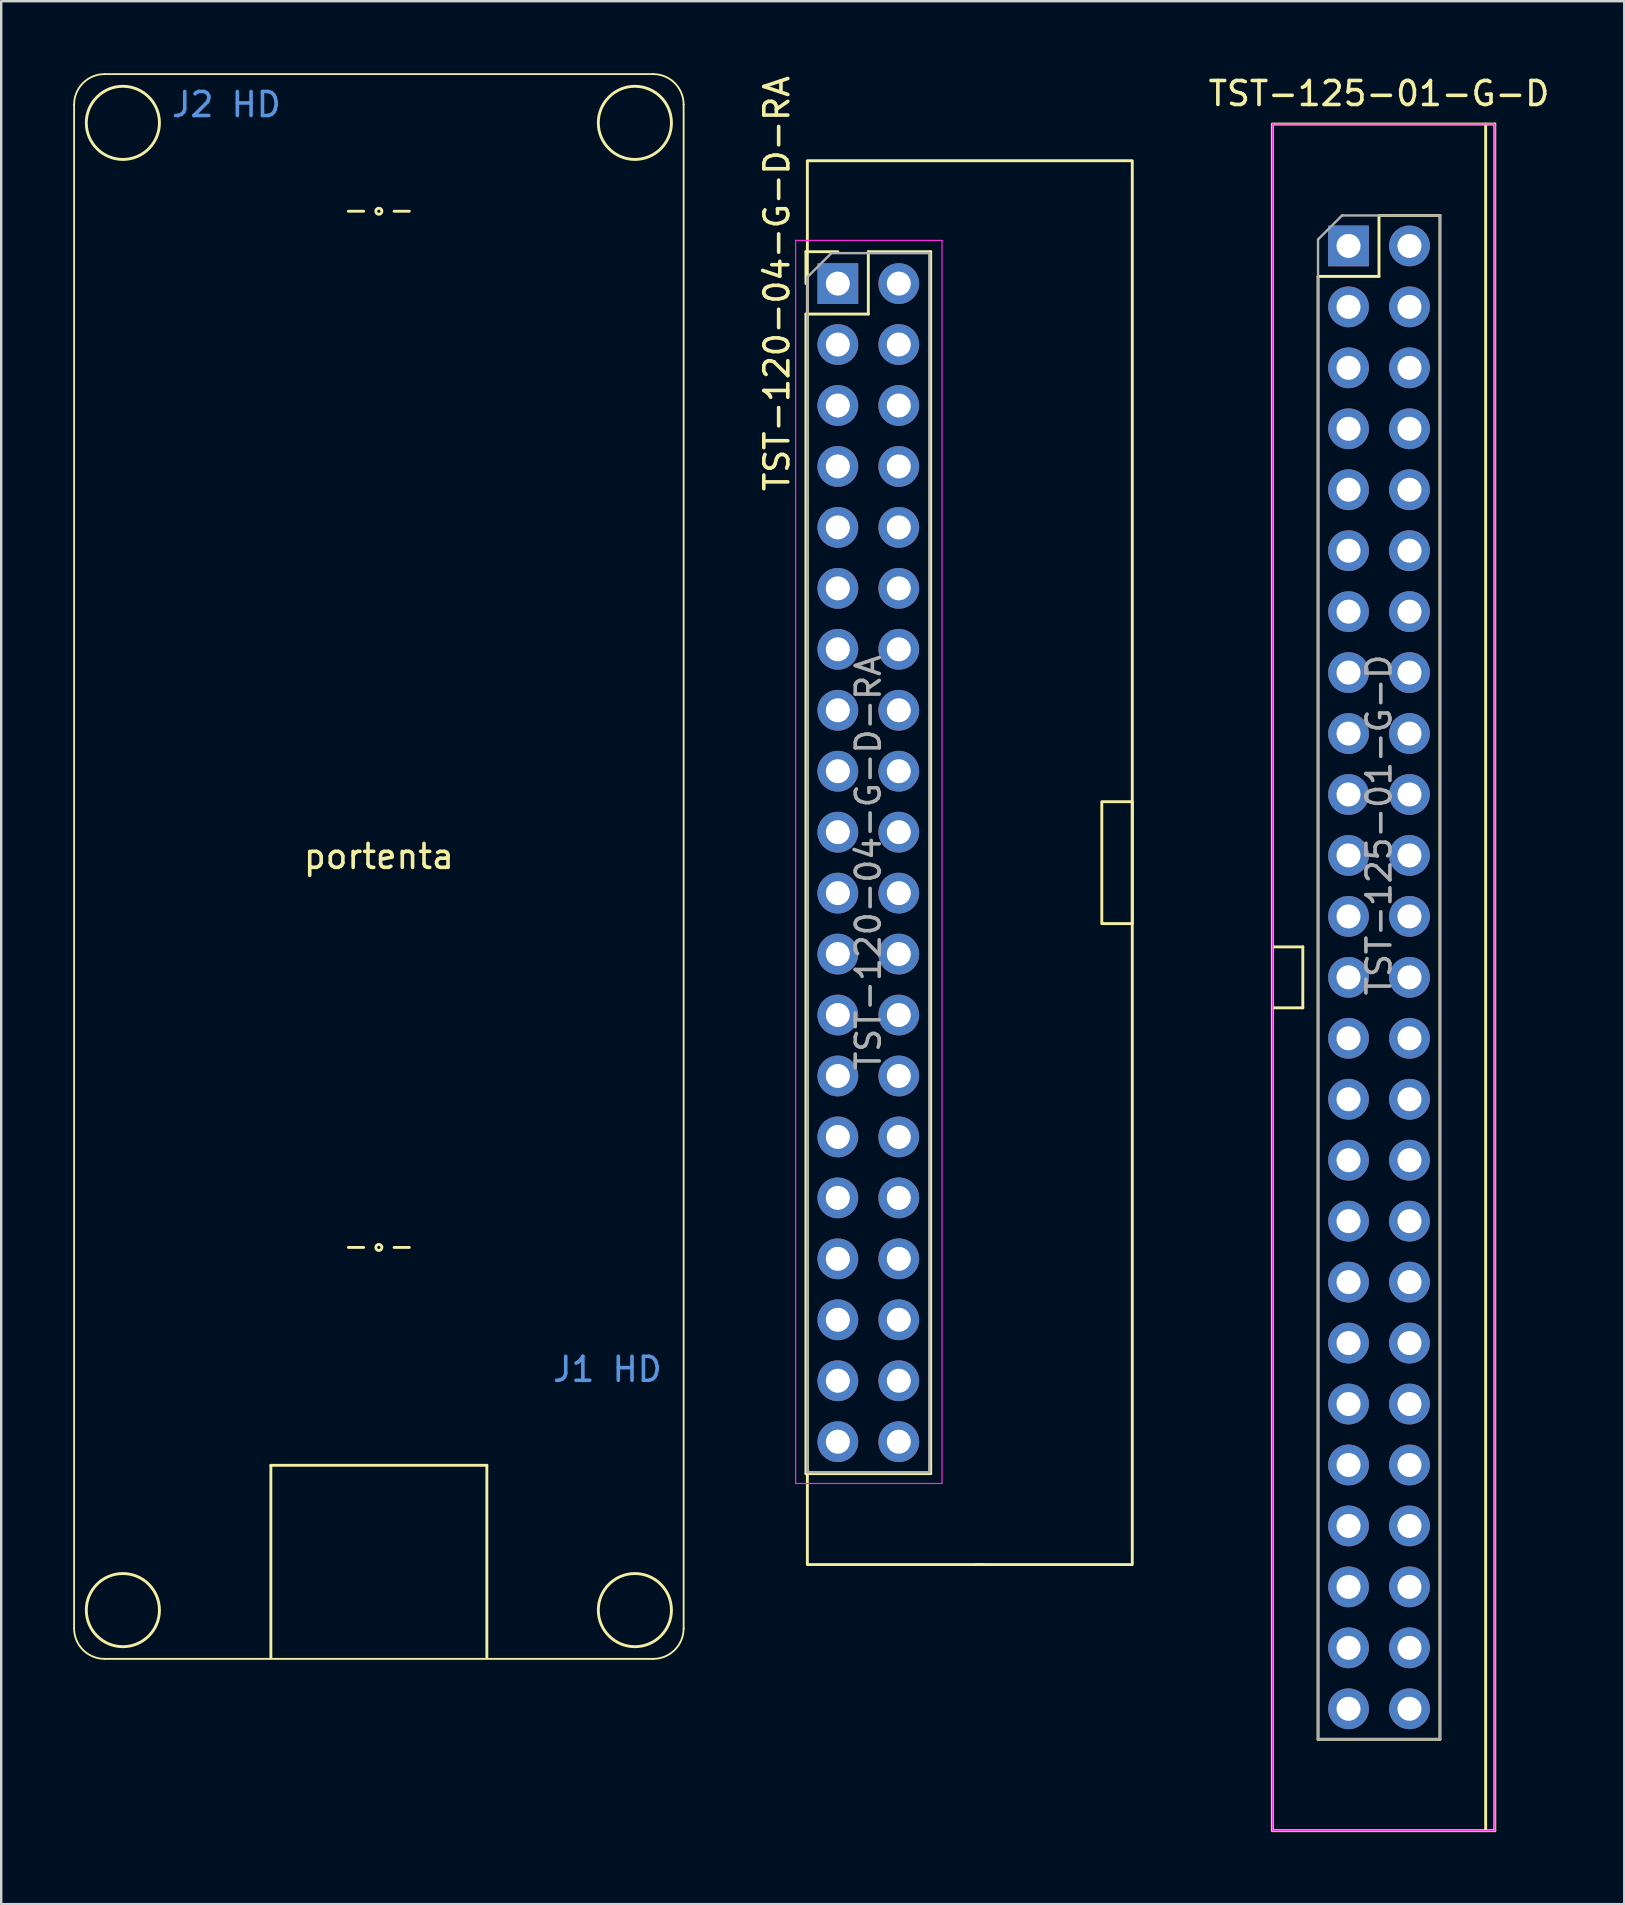
<source format=kicad_pcb>
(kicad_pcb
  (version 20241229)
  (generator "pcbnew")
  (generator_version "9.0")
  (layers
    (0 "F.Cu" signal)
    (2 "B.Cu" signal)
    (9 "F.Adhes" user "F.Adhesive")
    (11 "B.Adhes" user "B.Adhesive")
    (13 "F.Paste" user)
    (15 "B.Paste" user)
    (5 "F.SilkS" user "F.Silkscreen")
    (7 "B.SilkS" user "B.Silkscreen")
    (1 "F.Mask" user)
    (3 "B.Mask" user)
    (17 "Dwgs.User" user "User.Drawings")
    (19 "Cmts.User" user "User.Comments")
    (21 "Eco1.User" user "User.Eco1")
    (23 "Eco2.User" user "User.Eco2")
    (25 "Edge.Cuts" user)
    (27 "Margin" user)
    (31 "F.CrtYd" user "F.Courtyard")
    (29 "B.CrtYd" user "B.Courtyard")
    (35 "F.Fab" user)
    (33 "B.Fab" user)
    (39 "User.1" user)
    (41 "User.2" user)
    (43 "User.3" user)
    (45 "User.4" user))
  (footprint "TST-120-04-G-D-RA"
    (layer "F.Cu")
    (at 31.864 8.768)
    (property "Reference" "TST-120-04-G-D-RA" (at -2.54 0 90) (layer "F.SilkS") (effects (font (size 1 1) (thickness 0.15))))
    (attr through_hole)
    (fp_line (start -1.33 -1.33) (end -1.33 0) (stroke (width 0.12) (type solid)) (layer "F.SilkS"))
    (fp_line (start -1.33 1.27) (end -1.33 49.59) (stroke (width 0.12) (type solid)) (layer "F.SilkS"))
    (fp_line (start 0 -1.33) (end -1.33 -1.33) (stroke (width 0.12) (type solid)) (layer "F.SilkS"))
    (fp_line (start 1.27 -1.33) (end 1.27 1.27) (stroke (width 0.12) (type solid)) (layer "F.SilkS"))
    (fp_line (start 1.27 1.27) (end -1.33 1.27) (stroke (width 0.12) (type solid)) (layer "F.SilkS"))
    (fp_line (start 3.87 -1.33) (end 1.27 -1.33) (stroke (width 0.12) (type solid)) (layer "F.SilkS"))
    (fp_line (start 3.87 -1.33) (end 3.87 49.59) (stroke (width 0.12) (type solid)) (layer "F.SilkS"))
    (fp_line (start 3.87 49.59) (end -1.33 49.59) (stroke (width 0.12) (type solid)) (layer "F.SilkS"))
    (fp_line (start 6.07 53.38) (end 5.77 53.38) (stroke (width 0.12) (type solid)) (layer "F.SilkS"))
    (fp_rect (start 12.27 26.67) (end 11 21.59) (stroke (width 0.12) (type solid)) (fill no) (layer "F.SilkS"))
    (fp_rect (start 12.27 53.38) (end -1.27 -5.12) (stroke (width 0.12) (type solid)) (fill no) (layer "F.SilkS"))
    (fp_line (start -1.76 -1.8) (end -1.76 50) (stroke (width 0.05) (type solid)) (layer "F.CrtYd"))
    (fp_line (start -1.76 50) (end 4.34 50) (stroke (width 0.05) (type solid)) (layer "F.CrtYd"))
    (fp_line (start 4.34 -1.8) (end -1.76 -1.8) (stroke (width 0.05) (type solid)) (layer "F.CrtYd"))
    (fp_line (start 4.34 50) (end 4.34 -1.8) (stroke (width 0.05) (type solid)) (layer "F.CrtYd"))
    (fp_line (start -1.27 -0.27) (end -1.27 49.53) (stroke (width 0.1) (type solid)) (layer "F.Fab"))
    (fp_line (start -1.27 49.53) (end 3.81 49.53) (stroke (width 0.1) (type solid)) (layer "F.Fab"))
    (fp_line (start -0.27 -1.27) (end -1.27 -0.27) (stroke (width 0.1) (type solid)) (layer "F.Fab"))
    (fp_line (start 3.81 -1.27) (end -0.27 -1.27) (stroke (width 0.1) (type solid)) (layer "F.Fab"))
    (fp_line (start 3.81 49.53) (end 3.81 -1.27) (stroke (width 0.1) (type solid)) (layer "F.Fab"))
    (fp_text user "${REFERENCE}" (at 1.27 24.13 90) (layer "F.Fab") (effects (font (size 1 1) (thickness 0.15))))
    (pad "1" thru_hole rect (at 0 0) (size 1.7 1.7) (drill 1) (layers "*.Cu" "*.Mask"))
    (pad "2" thru_hole oval (at 2.54 0) (size 1.7 1.7) (drill 1) (layers "*.Cu" "*.Mask"))
    (pad "3" thru_hole oval (at 0 2.54) (size 1.7 1.7) (drill 1) (layers "*.Cu" "*.Mask"))
    (pad "4" thru_hole oval (at 2.54 2.54) (size 1.7 1.7) (drill 1) (layers "*.Cu" "*.Mask"))
    (pad "5" thru_hole oval (at 0 5.08) (size 1.7 1.7) (drill 1) (layers "*.Cu" "*.Mask"))
    (pad "6" thru_hole oval (at 2.54 5.08) (size 1.7 1.7) (drill 1) (layers "*.Cu" "*.Mask"))
    (pad "7" thru_hole oval (at 0 7.62) (size 1.7 1.7) (drill 1) (layers "*.Cu" "*.Mask"))
    (pad "8" thru_hole oval (at 2.54 7.62) (size 1.7 1.7) (drill 1) (layers "*.Cu" "*.Mask"))
    (pad "9" thru_hole oval (at 0 10.16) (size 1.7 1.7) (drill 1) (layers "*.Cu" "*.Mask"))
    (pad "10" thru_hole oval (at 2.54 10.16) (size 1.7 1.7) (drill 1) (layers "*.Cu" "*.Mask"))
    (pad "11" thru_hole oval (at 0 12.7) (size 1.7 1.7) (drill 1) (layers "*.Cu" "*.Mask"))
    (pad "12" thru_hole oval (at 2.54 12.7) (size 1.7 1.7) (drill 1) (layers "*.Cu" "*.Mask"))
    (pad "13" thru_hole oval (at 0 15.24) (size 1.7 1.7) (drill 1) (layers "*.Cu" "*.Mask"))
    (pad "14" thru_hole oval (at 2.54 15.24) (size 1.7 1.7) (drill 1) (layers "*.Cu" "*.Mask"))
    (pad "15" thru_hole oval (at 0 17.78) (size 1.7 1.7) (drill 1) (layers "*.Cu" "*.Mask"))
    (pad "16" thru_hole oval (at 2.54 17.78) (size 1.7 1.7) (drill 1) (layers "*.Cu" "*.Mask"))
    (pad "17" thru_hole oval (at 0 20.32) (size 1.7 1.7) (drill 1) (layers "*.Cu" "*.Mask"))
    (pad "18" thru_hole oval (at 2.54 20.32) (size 1.7 1.7) (drill 1) (layers "*.Cu" "*.Mask"))
    (pad "19" thru_hole oval (at 0 22.86) (size 1.7 1.7) (drill 1) (layers "*.Cu" "*.Mask"))
    (pad "20" thru_hole oval (at 2.54 22.86) (size 1.7 1.7) (drill 1) (layers "*.Cu" "*.Mask"))
    (pad "21" thru_hole oval (at 0 25.4) (size 1.7 1.7) (drill 1) (layers "*.Cu" "*.Mask"))
    (pad "22" thru_hole oval (at 2.54 25.4) (size 1.7 1.7) (drill 1) (layers "*.Cu" "*.Mask"))
    (pad "23" thru_hole oval (at 0 27.94) (size 1.7 1.7) (drill 1) (layers "*.Cu" "*.Mask"))
    (pad "24" thru_hole oval (at 2.54 27.94) (size 1.7 1.7) (drill 1) (layers "*.Cu" "*.Mask"))
    (pad "25" thru_hole oval (at 0 30.48) (size 1.7 1.7) (drill 1) (layers "*.Cu" "*.Mask"))
    (pad "26" thru_hole oval (at 2.54 30.48) (size 1.7 1.7) (drill 1) (layers "*.Cu" "*.Mask"))
    (pad "27" thru_hole oval (at 0 33.02) (size 1.7 1.7) (drill 1) (layers "*.Cu" "*.Mask"))
    (pad "28" thru_hole oval (at 2.54 33.02) (size 1.7 1.7) (drill 1) (layers "*.Cu" "*.Mask"))
    (pad "29" thru_hole oval (at 0 35.56) (size 1.7 1.7) (drill 1) (layers "*.Cu" "*.Mask"))
    (pad "30" thru_hole oval (at 2.54 35.56) (size 1.7 1.7) (drill 1) (layers "*.Cu" "*.Mask"))
    (pad "31" thru_hole oval (at 0 38.1) (size 1.7 1.7) (drill 1) (layers "*.Cu" "*.Mask"))
    (pad "32" thru_hole oval (at 2.54 38.1) (size 1.7 1.7) (drill 1) (layers "*.Cu" "*.Mask"))
    (pad "33" thru_hole oval (at 0 40.64) (size 1.7 1.7) (drill 1) (layers "*.Cu" "*.Mask"))
    (pad "34" thru_hole oval (at 2.54 40.64) (size 1.7 1.7) (drill 1) (layers "*.Cu" "*.Mask"))
    (pad "35" thru_hole oval (at 0 43.18) (size 1.7 1.7) (drill 1) (layers "*.Cu" "*.Mask"))
    (pad "36" thru_hole oval (at 2.54 43.18) (size 1.7 1.7) (drill 1) (layers "*.Cu" "*.Mask"))
    (pad "37" thru_hole oval (at 0 45.72) (size 1.7 1.7) (drill 1) (layers "*.Cu" "*.Mask"))
    (pad "38" thru_hole oval (at 2.54 45.72) (size 1.7 1.7) (drill 1) (layers "*.Cu" "*.Mask"))
    (pad "39" thru_hole oval (at 0 48.26) (size 1.7 1.7) (drill 1) (layers "*.Cu" "*.Mask"))
    (pad "40" thru_hole oval (at 2.54 48.26) (size 1.7 1.7) (drill 1) (layers "*.Cu" "*.Mask")))
  (footprint "TST-125-01-G-D"
    (layer "F.Cu")
    (at 53.145 7.198)
    (property "Reference" "TST-125-01-G-D" (at 1.27 -6.35 0) (layer "F.SilkS") (effects (font (size 1 1) (thickness 0.15))))
    (attr through_hole)
    (fp_line (start -1.905 29.21) (end -3.175 29.21) (stroke (width 0.12) (type solid)) (layer "F.SilkS"))
    (fp_line (start -1.905 31.75) (end -3.175 31.75) (stroke (width 0.12) (type solid)) (layer "F.SilkS"))
    (fp_line (start -1.905 31.75) (end -1.905 29.21) (stroke (width 0.12) (type solid)) (layer "F.SilkS"))
    (fp_line (start -1.27 1.27) (end -1.27 62.23) (stroke (width 0.12) (type solid)) (layer "F.SilkS"))
    (fp_line (start 1.27 -1.27) (end 1.27 1.27) (stroke (width 0.12) (type solid)) (layer "F.SilkS"))
    (fp_line (start 1.27 1.27) (end -1.27 1.27) (stroke (width 0.12) (type solid)) (layer "F.SilkS"))
    (fp_line (start 3.81 -1.27) (end 1.27 -1.27) (stroke (width 0.12) (type solid)) (layer "F.SilkS"))
    (fp_line (start 3.81 -1.27) (end 3.81 62.23) (stroke (width 0.12) (type solid)) (layer "F.SilkS"))
    (fp_line (start 3.81 62.23) (end -1.27 62.23) (stroke (width 0.12) (type solid)) (layer "F.SilkS"))
    (fp_line (start 5.715 -5.08) (end 6.096 -5.08) (stroke (width 0.12) (type solid)) (layer "F.SilkS"))
    (fp_line (start 5.715 66.04) (end 6.096 66.04) (stroke (width 0.12) (type solid)) (layer "F.SilkS"))
    (fp_line (start 6.096 -5.08) (end 6.096 66.04) (stroke (width 0.12) (type solid)) (layer "F.SilkS"))
    (fp_rect (start -3.175 -5.08) (end 5.715 66.04) (stroke (width 0.12) (type solid)) (fill no) (layer "F.SilkS"))
    (fp_rect (start -3.175 -5.08) (end 6.096 66.04) (stroke (width 0.05) (type solid)) (fill no) (layer "F.CrtYd"))
    (fp_line (start -1.27 -0.27) (end -1.27 62.23) (stroke (width 0.1) (type solid)) (layer "F.Fab"))
    (fp_line (start -1.27 62.23) (end 3.81 62.23) (stroke (width 0.1) (type solid)) (layer "F.Fab"))
    (fp_line (start -0.27 -1.27) (end -1.27 -0.27) (stroke (width 0.1) (type solid)) (layer "F.Fab"))
    (fp_line (start 3.81 -1.27) (end -0.27 -1.27) (stroke (width 0.1) (type solid)) (layer "F.Fab"))
    (fp_line (start 3.81 62.23) (end 3.81 -1.27) (stroke (width 0.1) (type solid)) (layer "F.Fab"))
    (fp_text user "${REFERENCE}" (at 1.27 24.13 90) (layer "F.Fab") (effects (font (size 1 1) (thickness 0.15))))
    (pad "1" thru_hole rect (at 0 0) (size 1.7 1.7) (drill 1) (layers "*.Cu" "*.Mask"))
    (pad "2" thru_hole oval (at 2.54 0) (size 1.7 1.7) (drill 1) (layers "*.Cu" "*.Mask"))
    (pad "3" thru_hole oval (at 0 2.54) (size 1.7 1.7) (drill 1) (layers "*.Cu" "*.Mask"))
    (pad "4" thru_hole oval (at 2.54 2.54) (size 1.7 1.7) (drill 1) (layers "*.Cu" "*.Mask"))
    (pad "5" thru_hole oval (at 0 5.08) (size 1.7 1.7) (drill 1) (layers "*.Cu" "*.Mask"))
    (pad "6" thru_hole oval (at 2.54 5.08) (size 1.7 1.7) (drill 1) (layers "*.Cu" "*.Mask"))
    (pad "7" thru_hole oval (at 0 7.62) (size 1.7 1.7) (drill 1) (layers "*.Cu" "*.Mask"))
    (pad "8" thru_hole oval (at 2.54 7.62) (size 1.7 1.7) (drill 1) (layers "*.Cu" "*.Mask"))
    (pad "9" thru_hole oval (at 0 10.16) (size 1.7 1.7) (drill 1) (layers "*.Cu" "*.Mask"))
    (pad "10" thru_hole oval (at 2.54 10.16) (size 1.7 1.7) (drill 1) (layers "*.Cu" "*.Mask"))
    (pad "11" thru_hole oval (at 0 12.7) (size 1.7 1.7) (drill 1) (layers "*.Cu" "*.Mask"))
    (pad "12" thru_hole oval (at 2.54 12.7) (size 1.7 1.7) (drill 1) (layers "*.Cu" "*.Mask"))
    (pad "13" thru_hole oval (at 0 15.24) (size 1.7 1.7) (drill 1) (layers "*.Cu" "*.Mask"))
    (pad "14" thru_hole oval (at 2.54 15.24) (size 1.7 1.7) (drill 1) (layers "*.Cu" "*.Mask"))
    (pad "15" thru_hole oval (at 0 17.78) (size 1.7 1.7) (drill 1) (layers "*.Cu" "*.Mask"))
    (pad "16" thru_hole oval (at 2.54 17.78) (size 1.7 1.7) (drill 1) (layers "*.Cu" "*.Mask"))
    (pad "17" thru_hole oval (at 0 20.32) (size 1.7 1.7) (drill 1) (layers "*.Cu" "*.Mask"))
    (pad "18" thru_hole oval (at 2.54 20.32) (size 1.7 1.7) (drill 1) (layers "*.Cu" "*.Mask"))
    (pad "19" thru_hole oval (at 0 22.86) (size 1.7 1.7) (drill 1) (layers "*.Cu" "*.Mask"))
    (pad "20" thru_hole oval (at 2.54 22.86) (size 1.7 1.7) (drill 1) (layers "*.Cu" "*.Mask"))
    (pad "21" thru_hole oval (at 0 25.4) (size 1.7 1.7) (drill 1) (layers "*.Cu" "*.Mask"))
    (pad "22" thru_hole oval (at 2.54 25.4) (size 1.7 1.7) (drill 1) (layers "*.Cu" "*.Mask"))
    (pad "23" thru_hole oval (at 0 27.94) (size 1.7 1.7) (drill 1) (layers "*.Cu" "*.Mask"))
    (pad "24" thru_hole oval (at 2.54 27.94) (size 1.7 1.7) (drill 1) (layers "*.Cu" "*.Mask"))
    (pad "25" thru_hole oval (at 0 30.48) (size 1.7 1.7) (drill 1) (layers "*.Cu" "*.Mask"))
    (pad "26" thru_hole oval (at 2.54 30.48) (size 1.7 1.7) (drill 1) (layers "*.Cu" "*.Mask"))
    (pad "27" thru_hole oval (at 0 33.02) (size 1.7 1.7) (drill 1) (layers "*.Cu" "*.Mask"))
    (pad "28" thru_hole oval (at 2.54 33.02) (size 1.7 1.7) (drill 1) (layers "*.Cu" "*.Mask"))
    (pad "29" thru_hole oval (at 0 35.56) (size 1.7 1.7) (drill 1) (layers "*.Cu" "*.Mask"))
    (pad "30" thru_hole oval (at 2.54 35.56) (size 1.7 1.7) (drill 1) (layers "*.Cu" "*.Mask"))
    (pad "31" thru_hole oval (at 0 38.1) (size 1.7 1.7) (drill 1) (layers "*.Cu" "*.Mask"))
    (pad "32" thru_hole oval (at 2.54 38.1) (size 1.7 1.7) (drill 1) (layers "*.Cu" "*.Mask"))
    (pad "33" thru_hole oval (at 0 40.64) (size 1.7 1.7) (drill 1) (layers "*.Cu" "*.Mask"))
    (pad "34" thru_hole oval (at 2.54 40.64) (size 1.7 1.7) (drill 1) (layers "*.Cu" "*.Mask"))
    (pad "35" thru_hole oval (at 0 43.18) (size 1.7 1.7) (drill 1) (layers "*.Cu" "*.Mask"))
    (pad "36" thru_hole oval (at 2.54 43.18) (size 1.7 1.7) (drill 1) (layers "*.Cu" "*.Mask"))
    (pad "37" thru_hole oval (at 0 45.72) (size 1.7 1.7) (drill 1) (layers "*.Cu" "*.Mask"))
    (pad "38" thru_hole oval (at 2.54 45.72) (size 1.7 1.7) (drill 1) (layers "*.Cu" "*.Mask"))
    (pad "39" thru_hole oval (at 0 48.26) (size 1.7 1.7) (drill 1) (layers "*.Cu" "*.Mask"))
    (pad "40" thru_hole oval (at 2.54 48.26) (size 1.7 1.7) (drill 1) (layers "*.Cu" "*.Mask"))
    (pad "41" thru_hole oval (at 0 50.8) (size 1.7 1.7) (drill 1) (layers "*.Cu" "*.Mask"))
    (pad "42" thru_hole oval (at 2.54 50.8) (size 1.7 1.7) (drill 1) (layers "*.Cu" "*.Mask"))
    (pad "43" thru_hole oval (at 0 53.34) (size 1.7 1.7) (drill 1) (layers "*.Cu" "*.Mask"))
    (pad "44" thru_hole oval (at 2.54 53.34) (size 1.7 1.7) (drill 1) (layers "*.Cu" "*.Mask"))
    (pad "45" thru_hole oval (at 0 55.88) (size 1.7 1.7) (drill 1) (layers "*.Cu" "*.Mask"))
    (pad "46" thru_hole oval (at 2.54 55.88) (size 1.7 1.7) (drill 1) (layers "*.Cu" "*.Mask"))
    (pad "47" thru_hole oval (at 0 58.42) (size 1.7 1.7) (drill 1) (layers "*.Cu" "*.Mask"))
    (pad "48" thru_hole oval (at 2.54 58.42) (size 1.7 1.7) (drill 1) (layers "*.Cu" "*.Mask"))
    (pad "49" thru_hole oval (at 0 60.96) (size 1.7 1.7) (drill 1) (layers "*.Cu" "*.Mask"))
    (pad "50" thru_hole oval (at 2.54 60.96) (size 1.7 1.7) (drill 1) (layers "*.Cu" "*.Mask")))
  (footprint "portenta"
    (layer "F.Cu")
    (at 12.738 48.933)
    (property "Reference" "portenta" (at 0 -16.294 0) (layer "F.SilkS") (effects (font (size 1 1) (thickness 0.15))))
    (attr through_hole)
    (fp_line (start -12.7 15.875) (end -12.7 -47.625) (stroke (width 0.076) (type solid)) (layer "F.SilkS"))
    (fp_line (start -11.43 -48.895) (end 11.43 -48.895) (stroke (width 0.076) (type solid)) (layer "F.SilkS"))
    (fp_line (start -4.5 9.079) (end -4.5 17.079) (stroke (width 0.12) (type solid)) (layer "F.SilkS"))
    (fp_line (start -1.27 -43.18) (end -0.635 -43.18) (stroke (width 0.12) (type solid)) (layer "F.SilkS"))
    (fp_line (start -1.27 0) (end -0.635 0) (stroke (width 0.12) (type solid)) (layer "F.SilkS"))
    (fp_line (start 0.635 0) (end 1.27 0) (stroke (width 0.12) (type solid)) (layer "F.SilkS"))
    (fp_line (start 1.27 -43.18) (end 0.635 -43.18) (stroke (width 0.12) (type solid)) (layer "F.SilkS"))
    (fp_line (start 4.5 9.079) (end -4.5 9.079) (stroke (width 0.12) (type solid)) (layer "F.SilkS"))
    (fp_line (start 4.5 17.079) (end 4.5 9.079) (stroke (width 0.12) (type solid)) (layer "F.SilkS"))
    (fp_line (start 11.43 17.145) (end -11.43 17.145) (stroke (width 0.076) (type solid)) (layer "F.SilkS"))
    (fp_line (start 12.7 -47.625) (end 12.7 15.875) (stroke (width 0.076) (type solid)) (layer "F.SilkS"))
    (fp_arc (start -12.699999 -47.625001) (mid -12.328025 -48.523026) (end -11.43 -48.895) (stroke (width 0.0762) (type solid)) (layer "F.SilkS"))
    (fp_arc (start -11.430001 17.144999) (mid -12.328026 16.773025) (end -12.7 15.875) (stroke (width 0.0762) (type solid)) (layer "F.SilkS"))
    (fp_arc (start 11.430001 -48.894999) (mid 12.328026 -48.523025) (end 12.7 -47.625) (stroke (width 0.0762) (type solid)) (layer "F.SilkS"))
    (fp_arc (start 12.699999 15.875) (mid 12.328025 16.773025) (end 11.43 17.144999) (stroke (width 0.0762) (type solid)) (layer "F.SilkS"))
    (fp_circle (center -10.668 -46.863) (end -10.668 -48.387) (stroke (width 0.12) (type solid)) (fill no) (layer "F.SilkS"))
    (fp_circle (center -10.668 15.113) (end -10.668 13.589) (stroke (width 0.12) (type solid)) (fill no) (layer "F.SilkS"))
    (fp_circle (center 0 -43.18) (end 0 -43.307) (stroke (width 0.12) (type solid)) (fill no) (layer "F.SilkS"))
    (fp_circle (center 0 0) (end 0 -0.127) (stroke (width 0.12) (type solid)) (fill no) (layer "F.SilkS"))
    (fp_circle (center 10.668 -46.863) (end 10.668 -48.387) (stroke (width 0.12) (type solid)) (fill no) (layer "F.SilkS"))
    (fp_circle (center 10.668 15.113) (end 12.192 15.113) (stroke (width 0.12) (type solid)) (fill no) (layer "F.SilkS"))
    (fp_text user "J2 HD" (at -6.35 -47.625 0) (unlocked yes) (layer "Cmts.User") (effects (font (size 1 1) (thickness 0.15))))
    (fp_text user "J1 HD" (at 9.525 5.08 0) (unlocked yes) (layer "Cmts.User") (effects (font (size 1 1) (thickness 0.15)))))
  (gr_rect
    (start -3 -3)
    (end 64.635 76.298)
    (stroke (width 0.1) (type default))
    (fill no)
    (layer "Edge.Cuts")))
</source>
